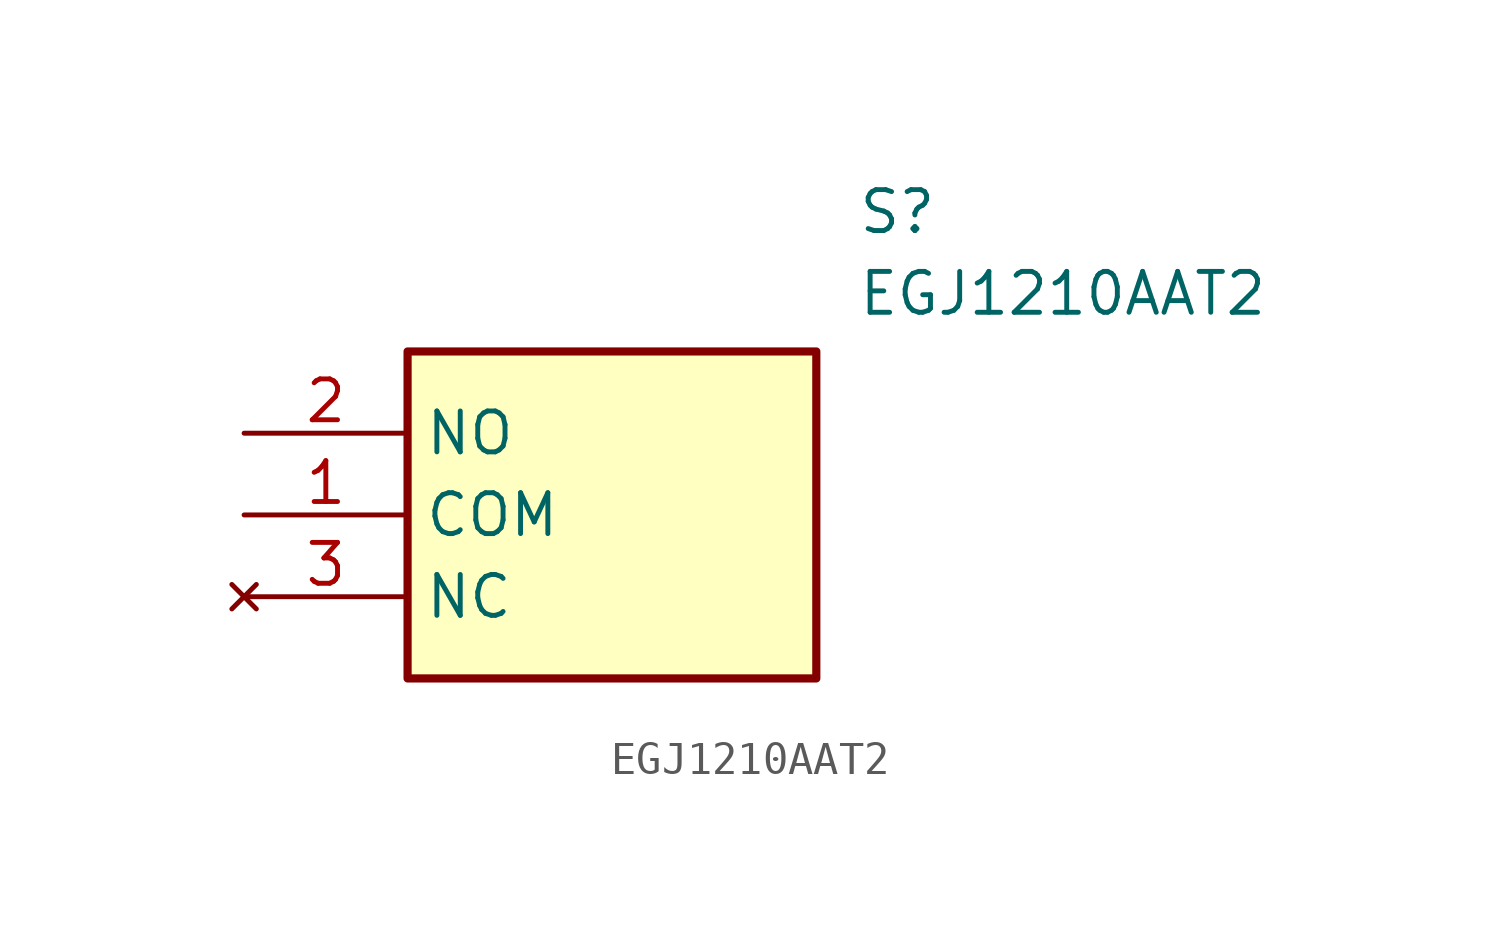
<source format=kicad_sym>
(kicad_symbol_lib
  (version 20211014)
  (generator SamacSys_ECAD_Model)
  (symbol "EGJ1210AAT2"
    (property "Reference" "S"
      (at 19.05 7.62 0)
      (effects (font (size 1.27 1.27)) (justify left top)))
    (property "Value" "EGJ1210AAT2"
      (at 19.05 5.08 0)
      (effects (font (size 1.27 1.27)) (justify left top)))
    (rectangle
      (start 5.08 2.54)
      (end 17.78 -7.62)
      (stroke (width 0.254) (type default))
      (fill (type background)))
    (pin passive line
      (at 0 -2.54 0)
      (length 5.08)
      (name "COM" (effects (font (size 1.27 1.27))))
      (number "1" (effects (font (size 1.27 1.27)))))
    (pin passive line
      (at 0 0 0)
      (length 5.08)
      (name "NO" (effects (font (size 1.27 1.27))))
      (number "2" (effects (font (size 1.27 1.27)))))
    (pin no_connect line
      (at 0 -5.08 0)
      (length 5.08)
      (name "NC" (effects (font (size 1.27 1.27))))
      (number "3" (effects (font (size 1.27 1.27)))))))
</source>
